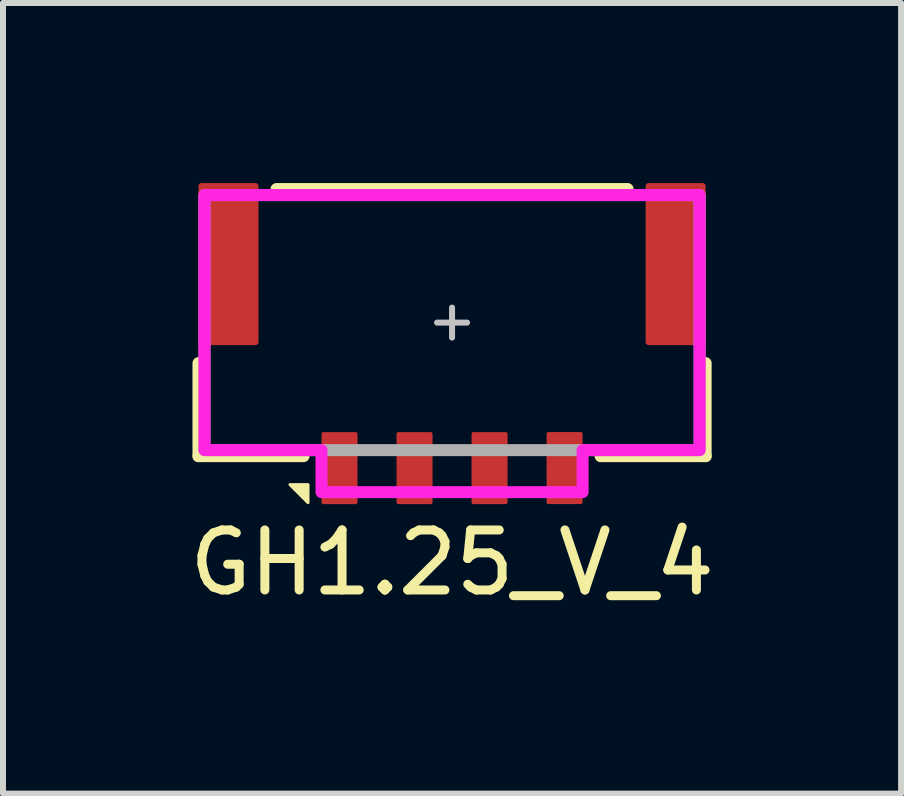
<source format=kicad_pcb>
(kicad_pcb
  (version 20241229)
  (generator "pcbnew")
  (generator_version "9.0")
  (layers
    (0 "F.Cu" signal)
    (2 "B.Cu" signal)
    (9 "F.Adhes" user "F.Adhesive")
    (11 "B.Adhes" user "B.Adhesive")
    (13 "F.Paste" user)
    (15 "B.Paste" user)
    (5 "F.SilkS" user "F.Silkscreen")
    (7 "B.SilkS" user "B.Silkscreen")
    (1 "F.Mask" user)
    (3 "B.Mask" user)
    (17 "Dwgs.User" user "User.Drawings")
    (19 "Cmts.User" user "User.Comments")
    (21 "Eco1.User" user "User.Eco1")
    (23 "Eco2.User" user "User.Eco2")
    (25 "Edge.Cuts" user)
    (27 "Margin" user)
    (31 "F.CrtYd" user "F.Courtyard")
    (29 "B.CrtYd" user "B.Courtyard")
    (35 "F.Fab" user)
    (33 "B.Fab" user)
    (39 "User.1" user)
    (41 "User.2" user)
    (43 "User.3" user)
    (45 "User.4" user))
  (footprint "GH1.25_V_4"
    (layer "F.Cu")
    (at 4.482 2.325)
    (property "Reference" "GH1.25_V_4" (at 0 4 0) (unlocked yes) (layer "F.SilkS") (effects (font (size 1 1) (thickness 0.15))))
    (attr smd)
    (fp_line (start -4.225 2.225) (end -4.225 0.675) (stroke (width 0.2) (type solid)) (layer "F.SilkS"))
    (fp_line (start -2.475 2.225) (end -4.225 2.225) (stroke (width 0.2) (type solid)) (layer "F.SilkS"))
    (fp_line (start 2.475 2.225) (end 4.225 2.225) (stroke (width 0.2) (type solid)) (layer "F.SilkS"))
    (fp_line (start 2.925 -2.225) (end -2.925 -2.225) (stroke (width 0.2) (type solid)) (layer "F.SilkS"))
    (fp_line (start 4.225 2.225) (end 4.225 0.675) (stroke (width 0.2) (type solid)) (layer "F.SilkS"))
    (fp_poly (pts (xy -2.4 3) (xy -2.4 2.7) (xy -2.7 2.7)) (stroke (width 0.05) (type solid)) (fill yes) (layer "F.SilkS"))
    (fp_line (start 0 -0.25) (end 0 0.25) (stroke (width 0.1) (type solid)) (layer "Dwgs.User"))
    (fp_line (start 0.25 0) (end -0.25 0) (stroke (width 0.1) (type solid)) (layer "Dwgs.User"))
    (fp_poly (pts (xy -4.125 2.125) (xy -2.175 2.125) (xy -2.175 2.825) (xy 2.175 2.825) (xy 2.175 2.125) (xy 4.125 2.125) (xy 4.125 -2.125) (xy -4.125 -2.125)) (stroke (width 0.2) (type solid)) (fill no) (layer "F.CrtYd"))
    (fp_rect (start 4.125 -2.125) (end -4.125 2.125) (stroke (width 0.2) (type solid)) (fill no) (layer "F.Fab"))
    (pad "1" smd roundrect (at -1.875 2.425 270) (size 1.2 0.6) (layers "F.Cu" "F.Mask" "F.Paste") (roundrect_rratio 0.05))
    (pad "2" smd roundrect (at -0.625 2.425 270) (size 1.2 0.6) (layers "F.Cu" "F.Mask" "F.Paste") (roundrect_rratio 0.05))
    (pad "3" smd roundrect (at 0.625 2.425 270) (size 1.2 0.6) (layers "F.Cu" "F.Mask" "F.Paste") (roundrect_rratio 0.05))
    (pad "4" smd roundrect (at 1.875 2.424 270) (size 1.2 0.6) (layers "F.Cu" "F.Mask" "F.Paste") (roundrect_rratio 0.05))
    (pad "MP" smd roundrect (at -3.725 -0.975 270) (size 2.7 1) (layers "F.Cu" "F.Mask" "F.Paste") (roundrect_rratio 0.05))
    (pad "MP" smd roundrect (at 3.725 -0.975 270) (size 2.7 1) (layers "F.Cu" "F.Mask" "F.Paste") (roundrect_rratio 0.05)))
  (gr_rect
    (start -3 -3)
    (end 11.964 10.173)
    (stroke (width 0.1) (type default))
    (fill no)
    (layer "Edge.Cuts")))
</source>
